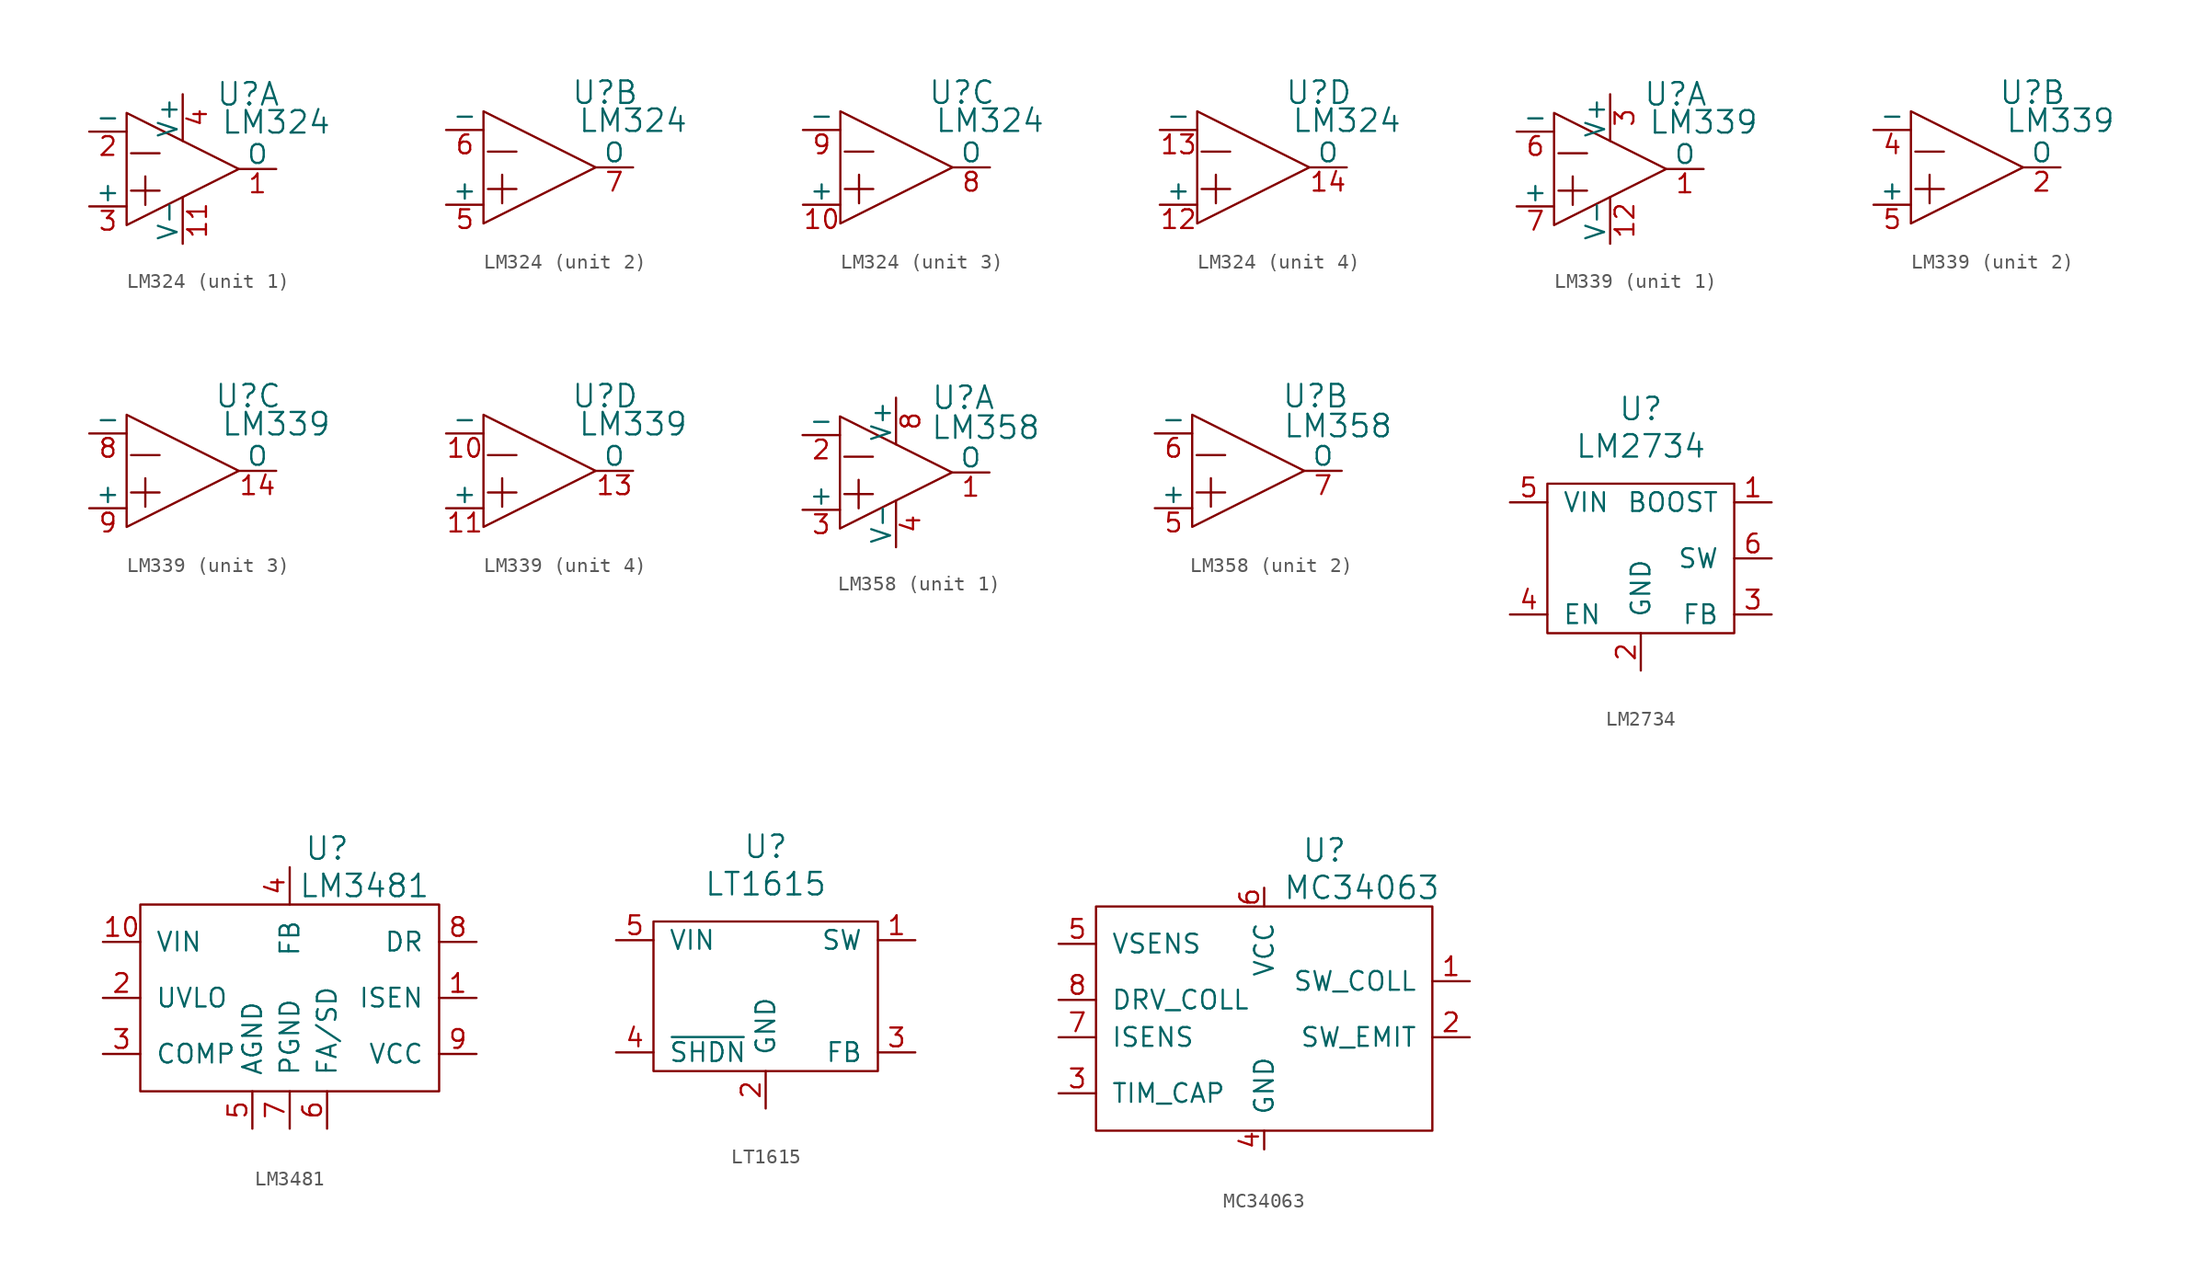
<source format=kicad_sym>
(kicad_symbol_lib
  (version 20220914)
  (generator kicad_symbol_editor)
  (symbol "LM324"
    (pin_names
      (offset 0))
    (property "Reference" "U"
      (at 4.445 5.08 0)
      (effects (font (size 1.524 1.524))))
    (property "Value" "LM324"
      (at 6.35 3.175 0)
      (effects (font (size 1.524 1.524))))
    (property "Footprint" ""
      (at 0 0 0)
      (effects (font (size 1.524 1.524))))
    (property "Datasheet" ""
      (at 0 0 0)
      (effects (font (size 1.524 1.524))))
    (symbol "LM324_0_0"
      (polyline (pts (xy -3.81 3.81) (xy -3.81 -3.81) (xy 3.81 0) (xy -3.81 3.81) (xy -3.81 3.81)) (stroke (width 0) (type solid)) (fill (type none)))
      (text "+" (at -2.54 -1.27 0) (effects (font (size 2.54 2.54))))
      (text "-" (at -2.54 1.27 0) (effects (font (size 2.54 2.54)))))
    (symbol "LM324_1_1"
      (pin passive line (at 6.35 0 180) (length 2.54) (name "O" (effects (font (size 1.27 1.27)))) (number "1" (effects (font (size 1.27 1.27)))))
      (pin passive line (at 0 -5.08 90) (length 3.175) (name "V-" (effects (font (size 1.27 1.27)))) (number "11" (effects (font (size 1.27 1.27)))))
      (pin passive line (at -6.35 2.54 0) (length 2.54) (name "-" (effects (font (size 1.27 1.27)))) (number "2" (effects (font (size 1.27 1.27)))))
      (pin passive line (at -6.35 -2.54 0) (length 2.54) (name "+" (effects (font (size 1.27 1.27)))) (number "3" (effects (font (size 1.27 1.27)))))
      (pin passive line (at 0 5.08 270) (length 3.175) (name "V+" (effects (font (size 1.27 1.27)))) (number "4" (effects (font (size 1.27 1.27))))))
    (symbol "LM324_2_1"
      (pin passive line (at -6.35 -2.54 0) (length 2.54) (name "+" (effects (font (size 1.27 1.27)))) (number "5" (effects (font (size 1.27 1.27)))))
      (pin passive line (at -6.35 2.54 0) (length 2.54) (name "-" (effects (font (size 1.27 1.27)))) (number "6" (effects (font (size 1.27 1.27)))))
      (pin passive line (at 6.35 0 180) (length 2.54) (name "O" (effects (font (size 1.27 1.27)))) (number "7" (effects (font (size 1.27 1.27))))))
    (symbol "LM324_3_1"
      (pin passive line (at -6.35 -2.54 0) (length 2.54) (name "+" (effects (font (size 1.27 1.27)))) (number "10" (effects (font (size 1.27 1.27)))))
      (pin passive line (at 6.35 0 180) (length 2.54) (name "O" (effects (font (size 1.27 1.27)))) (number "8" (effects (font (size 1.27 1.27)))))
      (pin passive line (at -6.35 2.54 0) (length 2.54) (name "-" (effects (font (size 1.27 1.27)))) (number "9" (effects (font (size 1.27 1.27))))))
    (symbol "LM324_4_1"
      (pin passive line (at -6.35 -2.54 0) (length 2.54) (name "+" (effects (font (size 1.27 1.27)))) (number "12" (effects (font (size 1.27 1.27)))))
      (pin passive line (at -6.35 2.54 0) (length 2.54) (name "-" (effects (font (size 1.27 1.27)))) (number "13" (effects (font (size 1.27 1.27)))))
      (pin passive line (at 6.35 0 180) (length 2.54) (name "O" (effects (font (size 1.27 1.27)))) (number "14" (effects (font (size 1.27 1.27)))))))
  (symbol "LM339"
    (pin_names
      (offset 0))
    (property "Reference" "U"
      (at 4.445 5.08 0)
      (effects (font (size 1.524 1.524))))
    (property "Value" "LM339"
      (at 6.35 3.175 0)
      (effects (font (size 1.524 1.524))))
    (property "Footprint" ""
      (at 0 0 0)
      (effects (font (size 1.524 1.524))))
    (property "Datasheet" ""
      (at 0 0 0)
      (effects (font (size 1.524 1.524))))
    (symbol "LM339_0_0"
      (polyline (pts (xy -3.81 3.81) (xy -3.81 -3.81) (xy 3.81 0) (xy -3.81 3.81) (xy -3.81 3.81)) (stroke (width 0) (type solid)) (fill (type none)))
      (text "+" (at -2.54 -1.27 0) (effects (font (size 2.54 2.54))))
      (text "-" (at -2.54 1.27 0) (effects (font (size 2.54 2.54)))))
    (symbol "LM339_1_1"
      (pin passive line (at 6.35 0 180) (length 2.54) (name "O" (effects (font (size 1.27 1.27)))) (number "1" (effects (font (size 1.27 1.27)))))
      (pin passive line (at 0 -5.08 90) (length 3.175) (name "V-" (effects (font (size 1.27 1.27)))) (number "12" (effects (font (size 1.27 1.27)))))
      (pin passive line (at 0 5.08 270) (length 3.175) (name "V+" (effects (font (size 1.27 1.27)))) (number "3" (effects (font (size 1.27 1.27)))))
      (pin passive line (at -6.35 2.54 0) (length 2.54) (name "-" (effects (font (size 1.27 1.27)))) (number "6" (effects (font (size 1.27 1.27)))))
      (pin passive line (at -6.35 -2.54 0) (length 2.54) (name "+" (effects (font (size 1.27 1.27)))) (number "7" (effects (font (size 1.27 1.27))))))
    (symbol "LM339_2_1"
      (pin passive line (at 6.35 0 180) (length 2.54) (name "O" (effects (font (size 1.27 1.27)))) (number "2" (effects (font (size 1.27 1.27)))))
      (pin passive line (at -6.35 2.54 0) (length 2.54) (name "-" (effects (font (size 1.27 1.27)))) (number "4" (effects (font (size 1.27 1.27)))))
      (pin passive line (at -6.35 -2.54 0) (length 2.54) (name "+" (effects (font (size 1.27 1.27)))) (number "5" (effects (font (size 1.27 1.27))))))
    (symbol "LM339_3_1"
      (pin passive line (at 6.35 0 180) (length 2.54) (name "O" (effects (font (size 1.27 1.27)))) (number "14" (effects (font (size 1.27 1.27)))))
      (pin passive line (at -6.35 2.54 0) (length 2.54) (name "-" (effects (font (size 1.27 1.27)))) (number "8" (effects (font (size 1.27 1.27)))))
      (pin passive line (at -6.35 -2.54 0) (length 2.54) (name "+" (effects (font (size 1.27 1.27)))) (number "9" (effects (font (size 1.27 1.27))))))
    (symbol "LM339_4_1"
      (pin passive line (at -6.35 2.54 0) (length 2.54) (name "-" (effects (font (size 1.27 1.27)))) (number "10" (effects (font (size 1.27 1.27)))))
      (pin passive line (at -6.35 -2.54 0) (length 2.54) (name "+" (effects (font (size 1.27 1.27)))) (number "11" (effects (font (size 1.27 1.27)))))
      (pin passive line (at 6.35 0 180) (length 2.54) (name "O" (effects (font (size 1.27 1.27)))) (number "13" (effects (font (size 1.27 1.27)))))))
  (symbol "LM358"
    (pin_names
      (offset 0))
    (property "Reference" "U"
      (at 4.572 5.08 0)
      (effects (font (size 1.524 1.524))))
    (property "Value" "LM358"
      (at 6.096 3.048 0)
      (effects (font (size 1.524 1.524))))
    (property "Footprint" ""
      (at 0 0 0)
      (effects (font (size 1.524 1.524))))
    (property "Datasheet" ""
      (at 0 0 0)
      (effects (font (size 1.524 1.524))))
    (symbol "LM358_0_0"
      (polyline (pts (xy -3.81 3.81) (xy -3.81 -3.81) (xy 3.81 0) (xy -3.81 3.81) (xy -3.81 3.81)) (stroke (width 0) (type solid)) (fill (type none)))
      (text "+" (at -2.54 -1.27 0) (effects (font (size 2.54 2.54))))
      (text "-" (at -2.54 1.27 0) (effects (font (size 2.54 2.54)))))
    (symbol "LM358_1_1"
      (pin passive line (at 6.35 0 180) (length 2.54) (name "O" (effects (font (size 1.27 1.27)))) (number "1" (effects (font (size 1.27 1.27)))))
      (pin passive line (at -6.35 2.54 0) (length 2.54) (name "-" (effects (font (size 1.27 1.27)))) (number "2" (effects (font (size 1.27 1.27)))))
      (pin passive line (at -6.35 -2.54 0) (length 2.54) (name "+" (effects (font (size 1.27 1.27)))) (number "3" (effects (font (size 1.27 1.27)))))
      (pin passive line (at 0 -5.08 90) (length 3.175) (name "V-" (effects (font (size 1.27 1.27)))) (number "4" (effects (font (size 1.27 1.27)))))
      (pin passive line (at 0 5.08 270) (length 3.175) (name "V+" (effects (font (size 1.27 1.27)))) (number "8" (effects (font (size 1.27 1.27))))))
    (symbol "LM358_2_1"
      (pin passive line (at -6.35 -2.54 0) (length 2.54) (name "+" (effects (font (size 1.27 1.27)))) (number "5" (effects (font (size 1.27 1.27)))))
      (pin passive line (at -6.35 2.54 0) (length 2.54) (name "-" (effects (font (size 1.27 1.27)))) (number "6" (effects (font (size 1.27 1.27)))))
      (pin passive line (at 6.35 0 180) (length 2.54) (name "O" (effects (font (size 1.27 1.27)))) (number "7" (effects (font (size 1.27 1.27)))))))
  (symbol "LM2734"
    (pin_names
      (offset 1.016))
    (property "Reference" "U"
      (at 0 10.16 0)
      (effects (font (size 1.524 1.524))))
    (property "Value" "LM2734"
      (at 0 7.62 0)
      (effects (font (size 1.524 1.524))))
    (property "Footprint" ""
      (at 0 0 0)
      (effects (font (size 1.524 1.524))))
    (property "Datasheet" ""
      (at 0 0 0)
      (effects (font (size 1.524 1.524))))
    (symbol "LM2734_0_1"
      (rectangle (start -6.35 5.08) (end 6.35 -5.08) (stroke (width 0) (type solid)) (fill (type none))))
    (symbol "LM2734_1_1"
      (pin passive line (at 8.89 3.81 180) (length 2.54) (name "BOOST" (effects (font (size 1.27 1.27)))) (number "1" (effects (font (size 1.27 1.27)))))
      (pin passive line (at 0 -7.62 90) (length 2.54) (name "GND" (effects (font (size 1.27 1.27)))) (number "2" (effects (font (size 1.27 1.27)))))
      (pin passive line (at 8.89 -3.81 180) (length 2.54) (name "FB" (effects (font (size 1.27 1.27)))) (number "3" (effects (font (size 1.27 1.27)))))
      (pin passive line (at -8.89 -3.81 0) (length 2.54) (name "EN" (effects (font (size 1.27 1.27)))) (number "4" (effects (font (size 1.27 1.27)))))
      (pin passive line (at -8.89 3.81 0) (length 2.54) (name "VIN" (effects (font (size 1.27 1.27)))) (number "5" (effects (font (size 1.27 1.27)))))
      (pin passive line (at 8.89 0 180) (length 2.54) (name "SW" (effects (font (size 1.27 1.27)))) (number "6" (effects (font (size 1.27 1.27)))))))
  (symbol "LM3481"
    (pin_names
      (offset 1.016))
    (property "Reference" "U"
      (at 2.54 10.16 0)
      (effects (font (size 1.524 1.524))))
    (property "Value" "LM3481"
      (at 5.08 7.62 0)
      (effects (font (size 1.524 1.524))))
    (property "Footprint" ""
      (at 0 0 0)
      (effects (font (size 1.524 1.524))))
    (property "Datasheet" ""
      (at 0 0 0)
      (effects (font (size 1.524 1.524))))
    (symbol "LM3481_0_1"
      (rectangle (start -10.16 6.35) (end 10.16 -6.35) (stroke (width 0) (type solid)) (fill (type none))))
    (symbol "LM3481_1_1"
      (pin passive line (at 12.7 0 180) (length 2.54) (name "ISEN" (effects (font (size 1.27 1.27)))) (number "1" (effects (font (size 1.27 1.27)))))
      (pin passive line (at -12.7 3.81 0) (length 2.54) (name "VIN" (effects (font (size 1.27 1.27)))) (number "10" (effects (font (size 1.27 1.27)))))
      (pin passive line (at -12.7 0 0) (length 2.54) (name "UVLO" (effects (font (size 1.27 1.27)))) (number "2" (effects (font (size 1.27 1.27)))))
      (pin passive line (at -12.7 -3.81 0) (length 2.54) (name "COMP" (effects (font (size 1.27 1.27)))) (number "3" (effects (font (size 1.27 1.27)))))
      (pin passive line (at 0 8.89 270) (length 2.54) (name "FB" (effects (font (size 1.27 1.27)))) (number "4" (effects (font (size 1.27 1.27)))))
      (pin passive line (at -2.54 -8.89 90) (length 2.54) (name "AGND" (effects (font (size 1.27 1.27)))) (number "5" (effects (font (size 1.27 1.27)))))
      (pin passive line (at 2.54 -8.89 90) (length 2.54) (name "FA/SD" (effects (font (size 1.27 1.27)))) (number "6" (effects (font (size 1.27 1.27)))))
      (pin passive line (at 0 -8.89 90) (length 2.54) (name "PGND" (effects (font (size 1.27 1.27)))) (number "7" (effects (font (size 1.27 1.27)))))
      (pin passive line (at 12.7 3.81 180) (length 2.54) (name "DR" (effects (font (size 1.27 1.27)))) (number "8" (effects (font (size 1.27 1.27)))))
      (pin passive line (at 12.7 -3.81 180) (length 2.54) (name "VCC" (effects (font (size 1.27 1.27)))) (number "9" (effects (font (size 1.27 1.27)))))))
  (symbol "LT1615"
    (pin_names
      (offset 1.016))
    (property "Reference" "U"
      (at 0 10.16 0)
      (effects (font (size 1.524 1.524))))
    (property "Value" "LT1615"
      (at 0 7.62 0)
      (effects (font (size 1.524 1.524))))
    (property "Footprint" ""
      (at 0 0 0)
      (effects (font (size 1.524 1.524))))
    (property "Datasheet" ""
      (at 0 0 0)
      (effects (font (size 1.524 1.524))))
    (symbol "LT1615_0_1"
      (rectangle (start -7.62 5.08) (end 7.62 -5.08) (stroke (width 0) (type solid)) (fill (type none))))
    (symbol "LT1615_1_1"
      (pin passive line (at 10.16 3.81 180) (length 2.54) (name "SW" (effects (font (size 1.27 1.27)))) (number "1" (effects (font (size 1.27 1.27)))))
      (pin passive line (at 0 -7.62 90) (length 2.54) (name "GND" (effects (font (size 1.27 1.27)))) (number "2" (effects (font (size 1.27 1.27)))))
      (pin passive line (at 10.16 -3.81 180) (length 2.54) (name "FB" (effects (font (size 1.27 1.27)))) (number "3" (effects (font (size 1.27 1.27)))))
      (pin passive line (at -10.16 -3.81 0) (length 2.54) (name "~{SHDN}" (effects (font (size 1.27 1.27)))) (number "4" (effects (font (size 1.27 1.27)))))
      (pin passive line (at -10.16 3.81 0) (length 2.54) (name "VIN" (effects (font (size 1.27 1.27)))) (number "5" (effects (font (size 1.27 1.27)))))))
  (symbol "MC34063"
    (pin_names
      (offset 1.016))
    (property "Reference" "U"
      (at 2.54 11.43 0)
      (effects (font (size 1.524 1.524)) (justify left)))
    (property "Value" "MC34063"
      (at 1.27 8.89 0)
      (effects (font (size 1.524 1.524)) (justify left)))
    (property "Footprint" ""
      (at 0 0 0)
      (effects (font (size 1.524 1.524))))
    (property "Datasheet" ""
      (at 0 0 0)
      (effects (font (size 1.524 1.524))))
    (symbol "MC34063_0_1"
      (rectangle (start -11.43 7.62) (end 11.43 -7.62) (stroke (width 0) (type solid)) (fill (type none))))
    (symbol "MC34063_1_1"
      (pin input line (at 13.97 2.54 180) (length 2.54) (name "SW_COLL" (effects (font (size 1.27 1.27)))) (number "1" (effects (font (size 1.27 1.27)))))
      (pin input line (at 13.97 -1.27 180) (length 2.54) (name "SW_EMIT" (effects (font (size 1.27 1.27)))) (number "2" (effects (font (size 1.27 1.27)))))
      (pin input line (at -13.97 -5.08 0) (length 2.54) (name "TIM_CAP" (effects (font (size 1.27 1.27)))) (number "3" (effects (font (size 1.27 1.27)))))
      (pin power_in line (at 0 -8.89 90) (length 1.27) (name "GND" (effects (font (size 1.27 1.27)))) (number "4" (effects (font (size 1.27 1.27)))))
      (pin input line (at -13.97 5.08 0) (length 2.54) (name "VSENS" (effects (font (size 1.27 1.27)))) (number "5" (effects (font (size 1.27 1.27)))))
      (pin power_in line (at 0 8.89 270) (length 1.27) (name "VCC" (effects (font (size 1.27 1.27)))) (number "6" (effects (font (size 1.27 1.27)))))
      (pin input line (at -13.97 -1.27 0) (length 2.54) (name "ISENS" (effects (font (size 1.27 1.27)))) (number "7" (effects (font (size 1.27 1.27)))))
      (pin input line (at -13.97 1.27 0) (length 2.54) (name "DRV_COLL" (effects (font (size 1.27 1.27)))) (number "8" (effects (font (size 1.27 1.27))))))))
</source>
